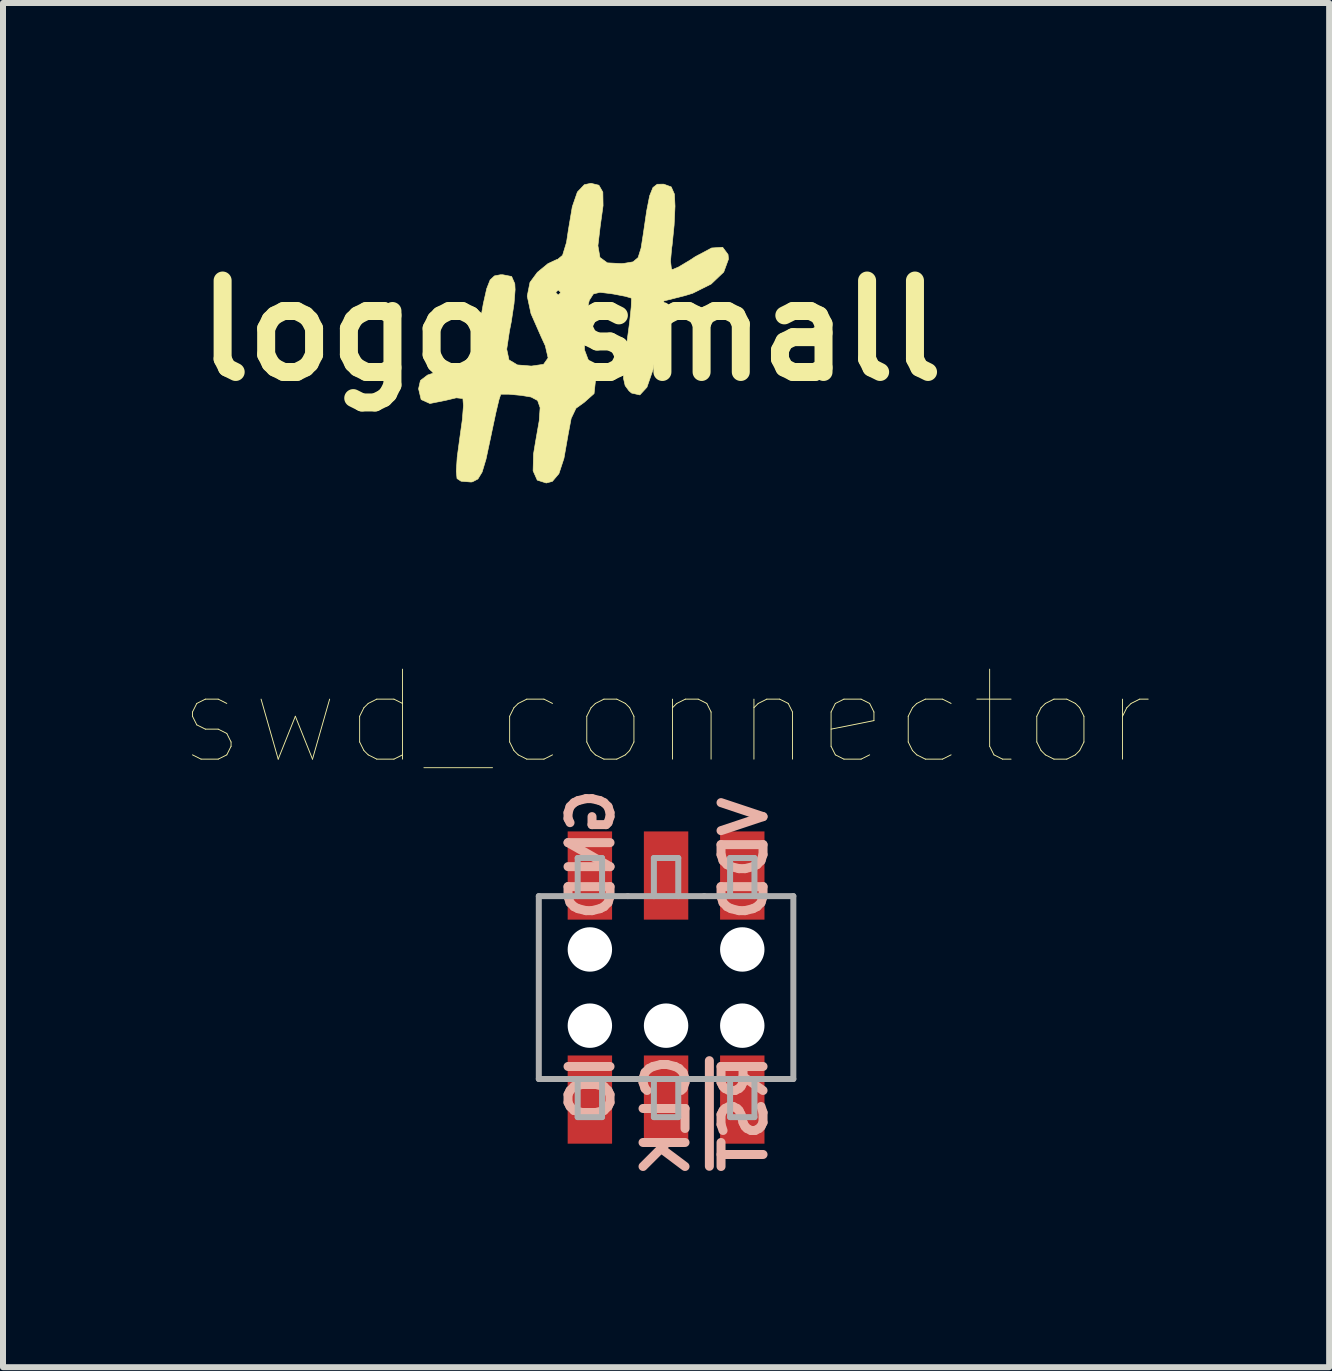
<source format=kicad_pcb>
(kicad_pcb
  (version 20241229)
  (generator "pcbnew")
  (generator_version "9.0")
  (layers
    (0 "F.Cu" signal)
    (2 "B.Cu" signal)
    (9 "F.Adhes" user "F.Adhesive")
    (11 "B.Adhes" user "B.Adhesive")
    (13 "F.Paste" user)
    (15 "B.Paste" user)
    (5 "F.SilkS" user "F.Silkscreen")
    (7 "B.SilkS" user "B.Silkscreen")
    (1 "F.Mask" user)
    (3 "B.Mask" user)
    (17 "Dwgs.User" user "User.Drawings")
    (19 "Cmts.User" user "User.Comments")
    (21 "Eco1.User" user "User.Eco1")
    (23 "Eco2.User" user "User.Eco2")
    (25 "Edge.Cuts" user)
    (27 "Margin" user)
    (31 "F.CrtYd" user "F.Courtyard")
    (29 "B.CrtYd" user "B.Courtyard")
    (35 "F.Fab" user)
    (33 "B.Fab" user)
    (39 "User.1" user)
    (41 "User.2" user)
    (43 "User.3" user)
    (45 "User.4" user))
  (footprint "swd_connector"
    (layer "F.Cu")
    (at 8.051 13.409)
    (property "Reference" "swd_connector" (at 0 -4.5 0) (layer "F.SilkS") (effects (font (size 1.5 1.5) (thickness 0.015))))
    (attr through_hole)
    (fp_line (start -2.121 -1.524) (end -0.637 -1.524) (stroke (width 0.1) (type solid)) (layer "F.Fab"))
    (fp_line (start -2.121 1.524) (end -2.121 -1.524) (stroke (width 0.1) (type solid)) (layer "F.Fab"))
    (fp_line (start -1.473 -2.159) (end -1.473 -1.524) (stroke (width 0.1) (type solid)) (layer "F.Fab"))
    (fp_line (start -1.473 1.524) (end -1.473 2.159) (stroke (width 0.1) (type solid)) (layer "F.Fab"))
    (fp_line (start -1.473 2.159) (end -1.067 2.159) (stroke (width 0.1) (type solid)) (layer "F.Fab"))
    (fp_line (start -1.067 -2.159) (end -1.473 -2.159) (stroke (width 0.1) (type solid)) (layer "F.Fab"))
    (fp_line (start -1.067 -1.524) (end -1.067 -2.159) (stroke (width 0.1) (type solid)) (layer "F.Fab"))
    (fp_line (start -1.067 2.159) (end -1.067 1.524) (stroke (width 0.1) (type solid)) (layer "F.Fab"))
    (fp_line (start -0.637 -1.524) (end -0.203 -1.524) (stroke (width 0.1) (type solid)) (layer "F.Fab"))
    (fp_line (start -0.635 1.524) (end -2.121 1.524) (stroke (width 0.1) (type solid)) (layer "F.Fab"))
    (fp_line (start -0.635 1.524) (end -0.203 1.524) (stroke (width 0.1) (type solid)) (layer "F.Fab"))
    (fp_line (start -0.203 -2.159) (end 0.203 -2.159) (stroke (width 0.1) (type solid)) (layer "F.Fab"))
    (fp_line (start -0.203 -1.524) (end -0.203 -2.159) (stroke (width 0.1) (type solid)) (layer "F.Fab"))
    (fp_line (start -0.203 -1.524) (end 0.203 -1.524) (stroke (width 0.1) (type solid)) (layer "F.Fab"))
    (fp_line (start -0.203 1.524) (end -0.203 2.159) (stroke (width 0.1) (type solid)) (layer "F.Fab"))
    (fp_line (start -0.203 1.524) (end 0.203 1.524) (stroke (width 0.1) (type solid)) (layer "F.Fab"))
    (fp_line (start -0.203 2.159) (end 0.203 2.159) (stroke (width 0.1) (type solid)) (layer "F.Fab"))
    (fp_line (start 0.203 -2.159) (end 0.203 -1.524) (stroke (width 0.1) (type solid)) (layer "F.Fab"))
    (fp_line (start 0.203 -1.524) (end 0.635 -1.524) (stroke (width 0.1) (type solid)) (layer "F.Fab"))
    (fp_line (start 0.203 1.524) (end 0.635 1.524) (stroke (width 0.1) (type solid)) (layer "F.Fab"))
    (fp_line (start 0.203 2.159) (end 0.203 1.524) (stroke (width 0.1) (type solid)) (layer "F.Fab"))
    (fp_line (start 0.635 -1.524) (end 2.121 -1.524) (stroke (width 0.1) (type solid)) (layer "F.Fab"))
    (fp_line (start 1.067 -2.159) (end 1.067 -1.524) (stroke (width 0.1) (type solid)) (layer "F.Fab"))
    (fp_line (start 1.067 1.524) (end 1.067 2.159) (stroke (width 0.1) (type solid)) (layer "F.Fab"))
    (fp_line (start 1.067 2.159) (end 1.473 2.159) (stroke (width 0.1) (type solid)) (layer "F.Fab"))
    (fp_line (start 1.473 -2.159) (end 1.067 -2.159) (stroke (width 0.1) (type solid)) (layer "F.Fab"))
    (fp_line (start 1.473 -1.524) (end 1.473 -2.159) (stroke (width 0.1) (type solid)) (layer "F.Fab"))
    (fp_line (start 1.473 2.159) (end 1.473 1.524) (stroke (width 0.1) (type solid)) (layer "F.Fab"))
    (fp_line (start 2.121 -1.524) (end 2.121 1.524) (stroke (width 0.1) (type solid)) (layer "F.Fab"))
    (fp_line (start 2.121 1.524) (end 0.635 1.524) (stroke (width 0.1) (type solid)) (layer "F.Fab"))
    (fp_text user "CLK" (at 0 1.05 90) (layer "B.SilkS") (effects (font (size 0.7 0.7) (thickness 0.15)) (justify left mirror)))
    (fp_text user "VDD" (at 1.3 -1.05 90) (layer "B.SilkS") (effects (font (size 0.7 0.7) (thickness 0.15)) (justify right mirror)))
    (fp_text user "~{RST}" (at 1.3 1.05 90) (layer "B.SilkS") (effects (font (size 0.7 0.7) (thickness 0.15)) (justify left mirror)))
    (fp_text user "GND" (at -1.25 -1.05 90) (layer "B.SilkS") (effects (font (size 0.7 0.7) (thickness 0.15)) (justify right mirror)))
    (fp_text user "IO" (at -1.25 1.05 90) (layer "B.SilkS") (effects (font (size 0.7 0.7) (thickness 0.15)) (justify left mirror)))
    (pad "" np_thru_hole circle (at -1.27 -0.635) (size 0.74 0.74) (drill 0.74) (layers "*.Cu" "*.Mask"))
    (pad "" np_thru_hole circle (at -1.27 0.635) (size 0.74 0.74) (drill 0.74) (layers "*.Cu" "*.Mask"))
    (pad "" np_thru_hole circle (at 0 0.635) (size 0.74 0.74) (drill 0.74) (layers "*.Cu" "*.Mask"))
    (pad "" np_thru_hole circle (at 1.27 -0.635) (size 0.74 0.74) (drill 0.74) (layers "*.Cu" "*.Mask"))
    (pad "" np_thru_hole circle (at 1.27 0.635) (size 0.74 0.74) (drill 0.74) (layers "*.Cu" "*.Mask"))
    (pad "1" smd rect (at -1.27 -1.867) (size 0.74 1.47) (layers "F.Cu" "F.Paste"))
    (pad "2" smd rect (at -1.27 1.867) (size 0.74 1.47) (layers "F.Cu" "F.Paste"))
    (pad "3" smd rect (at 0 -1.867) (size 0.74 1.47) (layers "F.Cu" "F.Paste"))
    (pad "4" smd rect (at 0 1.867) (size 0.74 1.47) (layers "F.Cu" "F.Paste"))
    (pad "5" smd rect (at 1.27 -1.867) (size 0.74 1.47) (layers "F.Cu" "F.Paste"))
    (pad "6" smd rect (at 1.27 1.867) (size 0.74 1.47) (layers "F.Cu" "F.Paste")))
  (footprint "logo_small"
    (layer "F.Cu")
    (at 6.466 2.46)
    (property "Reference" "logo_small" (at 0 0 0) (layer "F.SilkS") (effects (font (size 1.524 1.524) (thickness 0.3))))
    (attr through_hole)
    (fp_poly (pts (xy 0.465 -2.423) (xy 0.531 -2.308) (xy 0.535 -2.083) (xy 0.488 -1.744) (xy 0.449 -1.415) (xy 0.483 -1.219) (xy 0.607 -1.129) (xy 0.839 -1.117) (xy 0.888 -1.121) (xy 1.035 -1.146) (xy 1.119 -1.217) (xy 1.169 -1.377) (xy 1.205 -1.609) (xy 1.262 -1.997) (xy 1.311 -2.246) (xy 1.366 -2.384) (xy 1.437 -2.439) (xy 1.538 -2.441) (xy 1.548 -2.44) (xy 1.671 -2.395) (xy 1.724 -2.275) (xy 1.734 -2.074) (xy 1.719 -1.756) (xy 1.685 -1.418) (xy 1.678 -1.376) (xy 1.659 -1.158) (xy 1.674 -1.03) (xy 1.69 -1.016) (xy 1.793 -1.06) (xy 1.979 -1.171) (xy 2.073 -1.233) (xy 2.344 -1.377) (xy 2.528 -1.389) (xy 2.618 -1.268) (xy 2.625 -1.191) (xy 2.546 -0.976) (xy 2.336 -0.776) (xy 2.028 -0.622) (xy 1.897 -0.582) (xy 1.548 -0.494) (xy 1.451 0.195) (xy 1.367 0.652) (xy 1.266 0.944) (xy 1.148 1.072) (xy 1.01 1.041) (xy 0.967 1.004) (xy 0.903 0.917) (xy 0.875 0.795) (xy 0.881 0.597) (xy 0.92 0.284) (xy 0.935 0.177) (xy 0.978 -0.144) (xy 1.004 -0.393) (xy 1.009 -0.529) (xy 1.005 -0.542) (xy 0.909 -0.571) (xy 0.711 -0.609) (xy 0.66 -0.617) (xy 0.482 -0.638) (xy 0.373 -0.611) (xy 0.305 -0.504) (xy 0.253 -0.283) (xy 0.216 -0.066) (xy 0.226 0.323) (xy 0.293 0.501) (xy 0.41 0.82) (xy 0.385 1.05) (xy 0.218 1.198) (xy 0.084 1.294) (xy 0.003 1.464) (xy -0.046 1.725) (xy -0.117 2.129) (xy -0.201 2.384) (xy -0.31 2.513) (xy -0.412 2.54) (xy -0.562 2.492) (xy -0.631 2.337) (xy -0.624 2.056) (xy -0.59 1.85) (xy -0.529 1.502) (xy -0.514 1.285) (xy -0.556 1.165) (xy -0.665 1.107) (xy -0.826 1.08) (xy -1.037 1.06) (xy -1.162 1.06) (xy -1.171 1.064) (xy -1.2 1.152) (xy -1.251 1.366) (xy -1.315 1.667) (xy -1.341 1.792) (xy -1.416 2.143) (xy -1.481 2.358) (xy -1.551 2.473) (xy -1.639 2.519) (xy -1.664 2.524) (xy -1.832 2.51) (xy -1.899 2.466) (xy -1.911 2.345) (xy -1.896 2.109) (xy -1.855 1.805) (xy -1.852 1.782) (xy -1.81 1.481) (xy -1.792 1.25) (xy -1.801 1.135) (xy -1.803 1.132) (xy -1.911 1.12) (xy -2.091 1.163) (xy -2.351 1.215) (xy -2.497 1.149) (xy -2.54 0.97) (xy -2.509 0.832) (xy -2.389 0.74) (xy -2.18 0.671) (xy -1.937 0.605) (xy -1.759 0.557) (xy -1.724 0.547) (xy -1.663 0.456) (xy -1.594 0.243) (xy -1.532 -0.046) (xy -1.53 -0.057) (xy -1.461 -0.448) (xy -1.404 -0.7) (xy -1.347 -0.845) (xy -1.275 -0.912) (xy -1.175 -0.931) (xy -1.137 -0.931) (xy -0.989 -0.902) (xy -0.936 -0.781) (xy -0.931 -0.682) (xy -0.949 -0.45) (xy -0.995 -0.146) (xy -1.025 0.006) (xy -1.071 0.31) (xy -1.033 0.488) (xy -0.892 0.572) (xy -0.661 0.591) (xy -0.457 0.562) (xy -0.381 0.455) (xy -0.428 0.252) (xy -0.494 0.109) (xy -0.666 -0.282) (xy -0.729 -0.575) (xy -0.717 -0.635) (xy -0.254 -0.635) (xy -0.212 -0.593) (xy -0.169 -0.635) (xy -0.212 -0.677) (xy -0.254 -0.635) (xy -0.717 -0.635) (xy -0.683 -0.804) (xy -0.56 -0.971) (xy -0.385 -1.115) (xy -0.238 -1.184) (xy -0.225 -1.185) (xy -0.14 -1.255) (xy -0.074 -1.471) (xy -0.044 -1.672) (xy 0.022 -2.064) (xy 0.107 -2.31) (xy 0.223 -2.432) (xy 0.333 -2.455) (xy 0.465 -2.423)) (stroke (width 0.01) (type solid)) (fill yes) (layer "F.SilkS")))
  (gr_rect
    (start -3 -3)
    (end 19.102 19.736)
    (stroke (width 0.1) (type default))
    (fill no)
    (layer "Edge.Cuts")))
</source>
